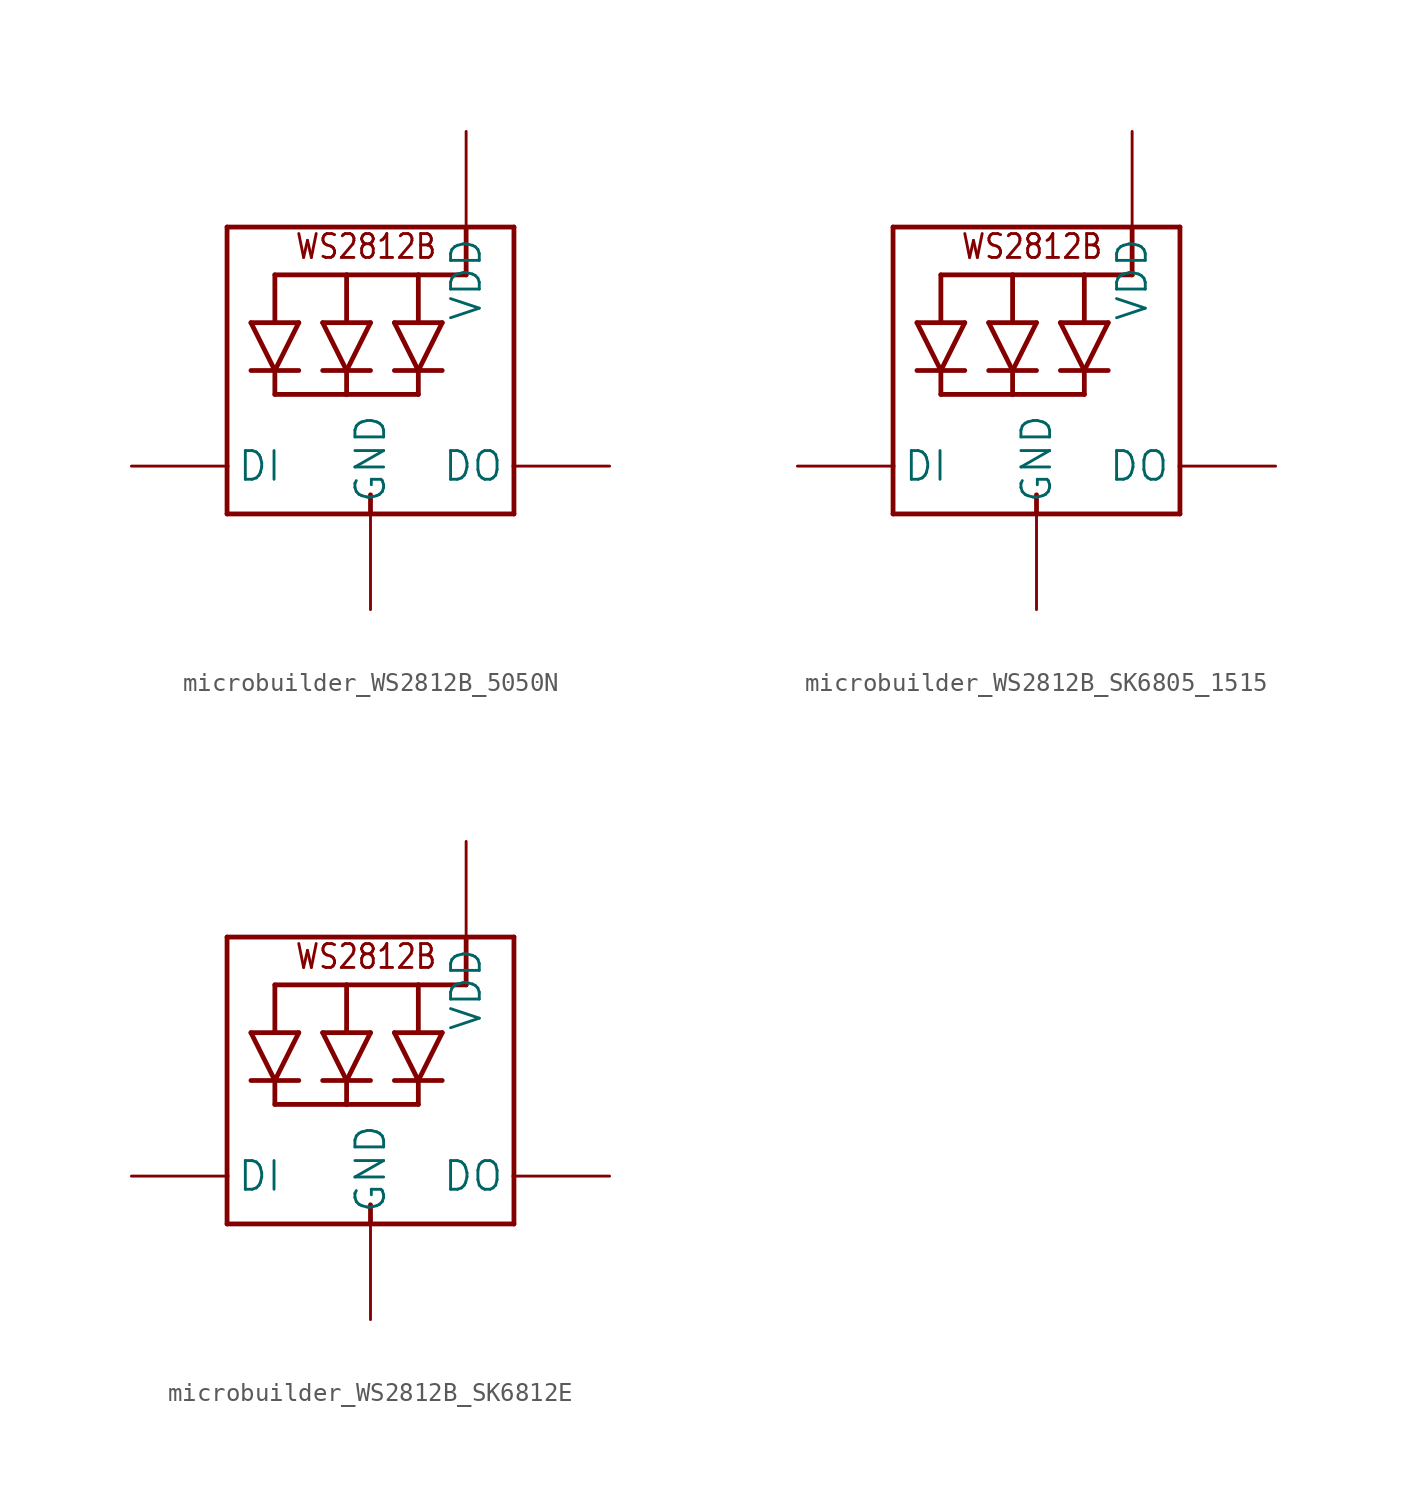
<source format=kicad_sym>
(kicad_symbol_lib
  (version 20241209)
  (generator "kicad_symbol_editor")
  (generator_version "9.0")
  (symbol "microbuilder_WS2812B_5050N"
    (property "Reference" "LED"
      (at 0 0 0)
      (effects (font (size 1.27 1.27)) (hide yes)))
    (property "ki_locked" ""
      (at 0 0 0)
      (effects (font (size 1.27 1.27))))
    (symbol "microbuilder_WS2812B_5050N_1_0"
      (polyline (pts (xy -7.62 10.16) (xy -7.62 -2.54)) (stroke (width 0.254) (type solid)) (fill (type none)))
      (polyline (pts (xy -7.62 -2.54) (xy -7.62 -5.08)) (stroke (width 0.254) (type solid)) (fill (type none)))
      (polyline (pts (xy -7.62 -5.08) (xy 0 -5.08)) (stroke (width 0.254) (type solid)) (fill (type none)))
      (polyline (pts (xy -6.35 5.08) (xy -5.08 5.08)) (stroke (width 0.254) (type solid)) (fill (type none)))
      (polyline (pts (xy -6.35 2.54) (xy -5.08 2.54)) (stroke (width 0.254) (type solid)) (fill (type none)))
      (polyline (pts (xy -5.08 7.62) (xy -5.08 5.08)) (stroke (width 0.254) (type solid)) (fill (type none)))
      (polyline (pts (xy -5.08 5.08) (xy -3.81 5.08)) (stroke (width 0.254) (type solid)) (fill (type none)))
      (polyline (pts (xy -5.08 2.54) (xy -6.35 5.08)) (stroke (width 0.254) (type solid)) (fill (type none)))
      (polyline (pts (xy -5.08 2.54) (xy -5.08 1.27)) (stroke (width 0.254) (type solid)) (fill (type none)))
      (polyline (pts (xy -5.08 2.54) (xy -3.81 5.08)) (stroke (width 0.254) (type solid)) (fill (type none)))
      (polyline (pts (xy -3.81 2.54) (xy -5.08 2.54)) (stroke (width 0.254) (type solid)) (fill (type none)))
      (polyline (pts (xy -2.54 5.08) (xy 0 5.08)) (stroke (width 0.254) (type solid)) (fill (type none)))
      (polyline (pts (xy -2.54 2.54) (xy -1.27 2.54)) (stroke (width 0.254) (type solid)) (fill (type none)))
      (polyline (pts (xy -1.27 7.62) (xy -5.08 7.62)) (stroke (width 0.254) (type solid)) (fill (type none)))
      (polyline (pts (xy -1.27 5.08) (xy -1.27 7.62)) (stroke (width 0.254) (type solid)) (fill (type none)))
      (polyline (pts (xy -1.27 2.54) (xy -2.54 5.08)) (stroke (width 0.254) (type solid)) (fill (type none)))
      (polyline (pts (xy -1.27 2.54) (xy -1.27 1.27)) (stroke (width 0.254) (type solid)) (fill (type none)))
      (polyline (pts (xy -1.27 2.54) (xy 0 2.54)) (stroke (width 0.254) (type solid)) (fill (type none)))
      (polyline (pts (xy -1.27 1.27) (xy -5.08 1.27)) (stroke (width 0.254) (type solid)) (fill (type none)))
      (polyline (pts (xy 0 5.08) (xy -1.27 2.54)) (stroke (width 0.254) (type solid)) (fill (type none)))
      (polyline (pts (xy 0 -4.064) (xy 0 -5.08)) (stroke (width 0.254) (type solid)) (fill (type none)))
      (polyline (pts (xy 0 -5.08) (xy 7.62 -5.08)) (stroke (width 0.254) (type solid)) (fill (type none)))
      (polyline (pts (xy 1.27 5.08) (xy 2.54 5.08)) (stroke (width 0.254) (type solid)) (fill (type none)))
      (polyline (pts (xy 1.27 5.08) (xy 2.54 2.54)) (stroke (width 0.254) (type solid)) (fill (type none)))
      (polyline (pts (xy 2.54 7.62) (xy -1.27 7.62)) (stroke (width 0.254) (type solid)) (fill (type none)))
      (polyline (pts (xy 2.54 7.62) (xy 5.08 7.62)) (stroke (width 0.254) (type solid)) (fill (type none)))
      (polyline (pts (xy 2.54 5.08) (xy 2.54 7.62)) (stroke (width 0.254) (type solid)) (fill (type none)))
      (polyline (pts (xy 2.54 2.54) (xy 1.27 2.54)) (stroke (width 0.254) (type solid)) (fill (type none)))
      (polyline (pts (xy 2.54 2.54) (xy 2.54 1.27)) (stroke (width 0.254) (type solid)) (fill (type none)))
      (polyline (pts (xy 2.54 2.54) (xy 3.81 5.08)) (stroke (width 0.254) (type solid)) (fill (type none)))
      (polyline (pts (xy 2.54 2.54) (xy 3.81 2.54)) (stroke (width 0.254) (type solid)) (fill (type none)))
      (polyline (pts (xy 2.54 1.27) (xy -1.27 1.27)) (stroke (width 0.254) (type solid)) (fill (type none)))
      (polyline (pts (xy 3.81 5.08) (xy 2.54 5.08)) (stroke (width 0.254) (type solid)) (fill (type none)))
      (polyline (pts (xy 5.08 10.16) (xy -7.62 10.16)) (stroke (width 0.254) (type solid)) (fill (type none)))
      (polyline (pts (xy 5.08 10.16) (xy 5.08 7.62)) (stroke (width 0.254) (type solid)) (fill (type none)))
      (polyline (pts (xy 7.62 10.16) (xy 5.08 10.16)) (stroke (width 0.254) (type solid)) (fill (type none)))
      (polyline (pts (xy 7.62 -2.54) (xy 7.62 10.16)) (stroke (width 0.254) (type solid)) (fill (type none)))
      (polyline (pts (xy 7.62 -5.08) (xy 7.62 -2.54)) (stroke (width 0.254) (type solid)) (fill (type none)))
      (text "WS2812B" (at -4.064 8.382 0) (effects (font (size 1.27 1.079)) (justify left bottom)))
      (pin input line (at -12.7 -2.54 0) (length 5.08) (name "DI" (effects (font (size 1.524 1.524)))) (number "4-DIN" (effects (font (size 0 0)))))
      (pin power_in line (at 0 -10.16 90) (length 5.08) (name "GND" (effects (font (size 1.524 1.524)))) (number "3-GND" (effects (font (size 0 0)))))
      (pin power_in line (at 5.08 15.24 270) (length 5.08) (name "VDD" (effects (font (size 1.524 1.524)))) (number "1-VDD" (effects (font (size 0 0)))))
      (pin output line (at 12.7 -2.54 180) (length 5.08) (name "DO" (effects (font (size 1.524 1.524)))) (number "2-DOUT" (effects (font (size 0 0)))))))
  (symbol "microbuilder_WS2812B_SK6805_1515"
    (property "Reference" "LED"
      (at 0 0 0)
      (effects (font (size 1.27 1.27)) (hide yes)))
    (property "ki_locked" ""
      (at 0 0 0)
      (effects (font (size 1.27 1.27))))
    (symbol "microbuilder_WS2812B_SK6805_1515_1_0"
      (polyline (pts (xy -7.62 10.16) (xy -7.62 -2.54)) (stroke (width 0.254) (type solid)) (fill (type none)))
      (polyline (pts (xy -7.62 -2.54) (xy -7.62 -5.08)) (stroke (width 0.254) (type solid)) (fill (type none)))
      (polyline (pts (xy -7.62 -5.08) (xy 0 -5.08)) (stroke (width 0.254) (type solid)) (fill (type none)))
      (polyline (pts (xy -6.35 5.08) (xy -5.08 5.08)) (stroke (width 0.254) (type solid)) (fill (type none)))
      (polyline (pts (xy -6.35 2.54) (xy -5.08 2.54)) (stroke (width 0.254) (type solid)) (fill (type none)))
      (polyline (pts (xy -5.08 7.62) (xy -5.08 5.08)) (stroke (width 0.254) (type solid)) (fill (type none)))
      (polyline (pts (xy -5.08 5.08) (xy -3.81 5.08)) (stroke (width 0.254) (type solid)) (fill (type none)))
      (polyline (pts (xy -5.08 2.54) (xy -6.35 5.08)) (stroke (width 0.254) (type solid)) (fill (type none)))
      (polyline (pts (xy -5.08 2.54) (xy -5.08 1.27)) (stroke (width 0.254) (type solid)) (fill (type none)))
      (polyline (pts (xy -5.08 2.54) (xy -3.81 5.08)) (stroke (width 0.254) (type solid)) (fill (type none)))
      (polyline (pts (xy -3.81 2.54) (xy -5.08 2.54)) (stroke (width 0.254) (type solid)) (fill (type none)))
      (polyline (pts (xy -2.54 5.08) (xy 0 5.08)) (stroke (width 0.254) (type solid)) (fill (type none)))
      (polyline (pts (xy -2.54 2.54) (xy -1.27 2.54)) (stroke (width 0.254) (type solid)) (fill (type none)))
      (polyline (pts (xy -1.27 7.62) (xy -5.08 7.62)) (stroke (width 0.254) (type solid)) (fill (type none)))
      (polyline (pts (xy -1.27 5.08) (xy -1.27 7.62)) (stroke (width 0.254) (type solid)) (fill (type none)))
      (polyline (pts (xy -1.27 2.54) (xy -2.54 5.08)) (stroke (width 0.254) (type solid)) (fill (type none)))
      (polyline (pts (xy -1.27 2.54) (xy -1.27 1.27)) (stroke (width 0.254) (type solid)) (fill (type none)))
      (polyline (pts (xy -1.27 2.54) (xy 0 2.54)) (stroke (width 0.254) (type solid)) (fill (type none)))
      (polyline (pts (xy -1.27 1.27) (xy -5.08 1.27)) (stroke (width 0.254) (type solid)) (fill (type none)))
      (polyline (pts (xy 0 5.08) (xy -1.27 2.54)) (stroke (width 0.254) (type solid)) (fill (type none)))
      (polyline (pts (xy 0 -4.064) (xy 0 -5.08)) (stroke (width 0.254) (type solid)) (fill (type none)))
      (polyline (pts (xy 0 -5.08) (xy 7.62 -5.08)) (stroke (width 0.254) (type solid)) (fill (type none)))
      (polyline (pts (xy 1.27 5.08) (xy 2.54 5.08)) (stroke (width 0.254) (type solid)) (fill (type none)))
      (polyline (pts (xy 1.27 5.08) (xy 2.54 2.54)) (stroke (width 0.254) (type solid)) (fill (type none)))
      (polyline (pts (xy 2.54 7.62) (xy -1.27 7.62)) (stroke (width 0.254) (type solid)) (fill (type none)))
      (polyline (pts (xy 2.54 7.62) (xy 5.08 7.62)) (stroke (width 0.254) (type solid)) (fill (type none)))
      (polyline (pts (xy 2.54 5.08) (xy 2.54 7.62)) (stroke (width 0.254) (type solid)) (fill (type none)))
      (polyline (pts (xy 2.54 2.54) (xy 1.27 2.54)) (stroke (width 0.254) (type solid)) (fill (type none)))
      (polyline (pts (xy 2.54 2.54) (xy 2.54 1.27)) (stroke (width 0.254) (type solid)) (fill (type none)))
      (polyline (pts (xy 2.54 2.54) (xy 3.81 5.08)) (stroke (width 0.254) (type solid)) (fill (type none)))
      (polyline (pts (xy 2.54 2.54) (xy 3.81 2.54)) (stroke (width 0.254) (type solid)) (fill (type none)))
      (polyline (pts (xy 2.54 1.27) (xy -1.27 1.27)) (stroke (width 0.254) (type solid)) (fill (type none)))
      (polyline (pts (xy 3.81 5.08) (xy 2.54 5.08)) (stroke (width 0.254) (type solid)) (fill (type none)))
      (polyline (pts (xy 5.08 10.16) (xy -7.62 10.16)) (stroke (width 0.254) (type solid)) (fill (type none)))
      (polyline (pts (xy 5.08 10.16) (xy 5.08 7.62)) (stroke (width 0.254) (type solid)) (fill (type none)))
      (polyline (pts (xy 7.62 10.16) (xy 5.08 10.16)) (stroke (width 0.254) (type solid)) (fill (type none)))
      (polyline (pts (xy 7.62 -2.54) (xy 7.62 10.16)) (stroke (width 0.254) (type solid)) (fill (type none)))
      (polyline (pts (xy 7.62 -5.08) (xy 7.62 -2.54)) (stroke (width 0.254) (type solid)) (fill (type none)))
      (text "WS2812B" (at -4.064 8.382 0) (effects (font (size 1.27 1.079)) (justify left bottom)))
      (pin input line (at -12.7 -2.54 0) (length 5.08) (name "DI" (effects (font (size 1.524 1.524)))) (number "1" (effects (font (size 0 0)))))
      (pin power_in line (at 0 -10.16 90) (length 5.08) (name "GND" (effects (font (size 1.524 1.524)))) (number "4" (effects (font (size 0 0)))))
      (pin power_in line (at 5.08 15.24 270) (length 5.08) (name "VDD" (effects (font (size 1.524 1.524)))) (number "2" (effects (font (size 0 0)))))
      (pin output line (at 12.7 -2.54 180) (length 5.08) (name "DO" (effects (font (size 1.524 1.524)))) (number "3" (effects (font (size 0 0)))))))
  (symbol "microbuilder_WS2812B_SK6812E"
    (property "Reference" "LED"
      (at 0 0 0)
      (effects (font (size 1.27 1.27)) (hide yes)))
    (property "ki_locked" ""
      (at 0 0 0)
      (effects (font (size 1.27 1.27))))
    (symbol "microbuilder_WS2812B_SK6812E_1_0"
      (polyline (pts (xy -7.62 10.16) (xy -7.62 -2.54)) (stroke (width 0.254) (type solid)) (fill (type none)))
      (polyline (pts (xy -7.62 -2.54) (xy -7.62 -5.08)) (stroke (width 0.254) (type solid)) (fill (type none)))
      (polyline (pts (xy -7.62 -5.08) (xy 0 -5.08)) (stroke (width 0.254) (type solid)) (fill (type none)))
      (polyline (pts (xy -6.35 5.08) (xy -5.08 5.08)) (stroke (width 0.254) (type solid)) (fill (type none)))
      (polyline (pts (xy -6.35 2.54) (xy -5.08 2.54)) (stroke (width 0.254) (type solid)) (fill (type none)))
      (polyline (pts (xy -5.08 7.62) (xy -5.08 5.08)) (stroke (width 0.254) (type solid)) (fill (type none)))
      (polyline (pts (xy -5.08 5.08) (xy -3.81 5.08)) (stroke (width 0.254) (type solid)) (fill (type none)))
      (polyline (pts (xy -5.08 2.54) (xy -6.35 5.08)) (stroke (width 0.254) (type solid)) (fill (type none)))
      (polyline (pts (xy -5.08 2.54) (xy -5.08 1.27)) (stroke (width 0.254) (type solid)) (fill (type none)))
      (polyline (pts (xy -5.08 2.54) (xy -3.81 5.08)) (stroke (width 0.254) (type solid)) (fill (type none)))
      (polyline (pts (xy -3.81 2.54) (xy -5.08 2.54)) (stroke (width 0.254) (type solid)) (fill (type none)))
      (polyline (pts (xy -2.54 5.08) (xy 0 5.08)) (stroke (width 0.254) (type solid)) (fill (type none)))
      (polyline (pts (xy -2.54 2.54) (xy -1.27 2.54)) (stroke (width 0.254) (type solid)) (fill (type none)))
      (polyline (pts (xy -1.27 7.62) (xy -5.08 7.62)) (stroke (width 0.254) (type solid)) (fill (type none)))
      (polyline (pts (xy -1.27 5.08) (xy -1.27 7.62)) (stroke (width 0.254) (type solid)) (fill (type none)))
      (polyline (pts (xy -1.27 2.54) (xy -2.54 5.08)) (stroke (width 0.254) (type solid)) (fill (type none)))
      (polyline (pts (xy -1.27 2.54) (xy -1.27 1.27)) (stroke (width 0.254) (type solid)) (fill (type none)))
      (polyline (pts (xy -1.27 2.54) (xy 0 2.54)) (stroke (width 0.254) (type solid)) (fill (type none)))
      (polyline (pts (xy -1.27 1.27) (xy -5.08 1.27)) (stroke (width 0.254) (type solid)) (fill (type none)))
      (polyline (pts (xy 0 5.08) (xy -1.27 2.54)) (stroke (width 0.254) (type solid)) (fill (type none)))
      (polyline (pts (xy 0 -4.064) (xy 0 -5.08)) (stroke (width 0.254) (type solid)) (fill (type none)))
      (polyline (pts (xy 0 -5.08) (xy 7.62 -5.08)) (stroke (width 0.254) (type solid)) (fill (type none)))
      (polyline (pts (xy 1.27 5.08) (xy 2.54 5.08)) (stroke (width 0.254) (type solid)) (fill (type none)))
      (polyline (pts (xy 1.27 5.08) (xy 2.54 2.54)) (stroke (width 0.254) (type solid)) (fill (type none)))
      (polyline (pts (xy 2.54 7.62) (xy -1.27 7.62)) (stroke (width 0.254) (type solid)) (fill (type none)))
      (polyline (pts (xy 2.54 7.62) (xy 5.08 7.62)) (stroke (width 0.254) (type solid)) (fill (type none)))
      (polyline (pts (xy 2.54 5.08) (xy 2.54 7.62)) (stroke (width 0.254) (type solid)) (fill (type none)))
      (polyline (pts (xy 2.54 2.54) (xy 1.27 2.54)) (stroke (width 0.254) (type solid)) (fill (type none)))
      (polyline (pts (xy 2.54 2.54) (xy 2.54 1.27)) (stroke (width 0.254) (type solid)) (fill (type none)))
      (polyline (pts (xy 2.54 2.54) (xy 3.81 5.08)) (stroke (width 0.254) (type solid)) (fill (type none)))
      (polyline (pts (xy 2.54 2.54) (xy 3.81 2.54)) (stroke (width 0.254) (type solid)) (fill (type none)))
      (polyline (pts (xy 2.54 1.27) (xy -1.27 1.27)) (stroke (width 0.254) (type solid)) (fill (type none)))
      (polyline (pts (xy 3.81 5.08) (xy 2.54 5.08)) (stroke (width 0.254) (type solid)) (fill (type none)))
      (polyline (pts (xy 5.08 10.16) (xy -7.62 10.16)) (stroke (width 0.254) (type solid)) (fill (type none)))
      (polyline (pts (xy 5.08 10.16) (xy 5.08 7.62)) (stroke (width 0.254) (type solid)) (fill (type none)))
      (polyline (pts (xy 7.62 10.16) (xy 5.08 10.16)) (stroke (width 0.254) (type solid)) (fill (type none)))
      (polyline (pts (xy 7.62 -2.54) (xy 7.62 10.16)) (stroke (width 0.254) (type solid)) (fill (type none)))
      (polyline (pts (xy 7.62 -5.08) (xy 7.62 -2.54)) (stroke (width 0.254) (type solid)) (fill (type none)))
      (text "WS2812B" (at -4.064 8.382 0) (effects (font (size 1.27 1.079)) (justify left bottom)))
      (pin input line (at -12.7 -2.54 0) (length 5.08) (name "DI" (effects (font (size 1.524 1.524)))) (number "4-DIN" (effects (font (size 0 0)))))
      (pin power_in line (at 0 -10.16 90) (length 5.08) (name "GND" (effects (font (size 1.524 1.524)))) (number "3-GND" (effects (font (size 0 0)))))
      (pin power_in line (at 5.08 15.24 270) (length 5.08) (name "VDD" (effects (font (size 1.524 1.524)))) (number "1-VDD" (effects (font (size 0 0)))))
      (pin output line (at 12.7 -2.54 180) (length 5.08) (name "DO" (effects (font (size 1.524 1.524)))) (number "2-DOUT" (effects (font (size 0 0))))))))
</source>
